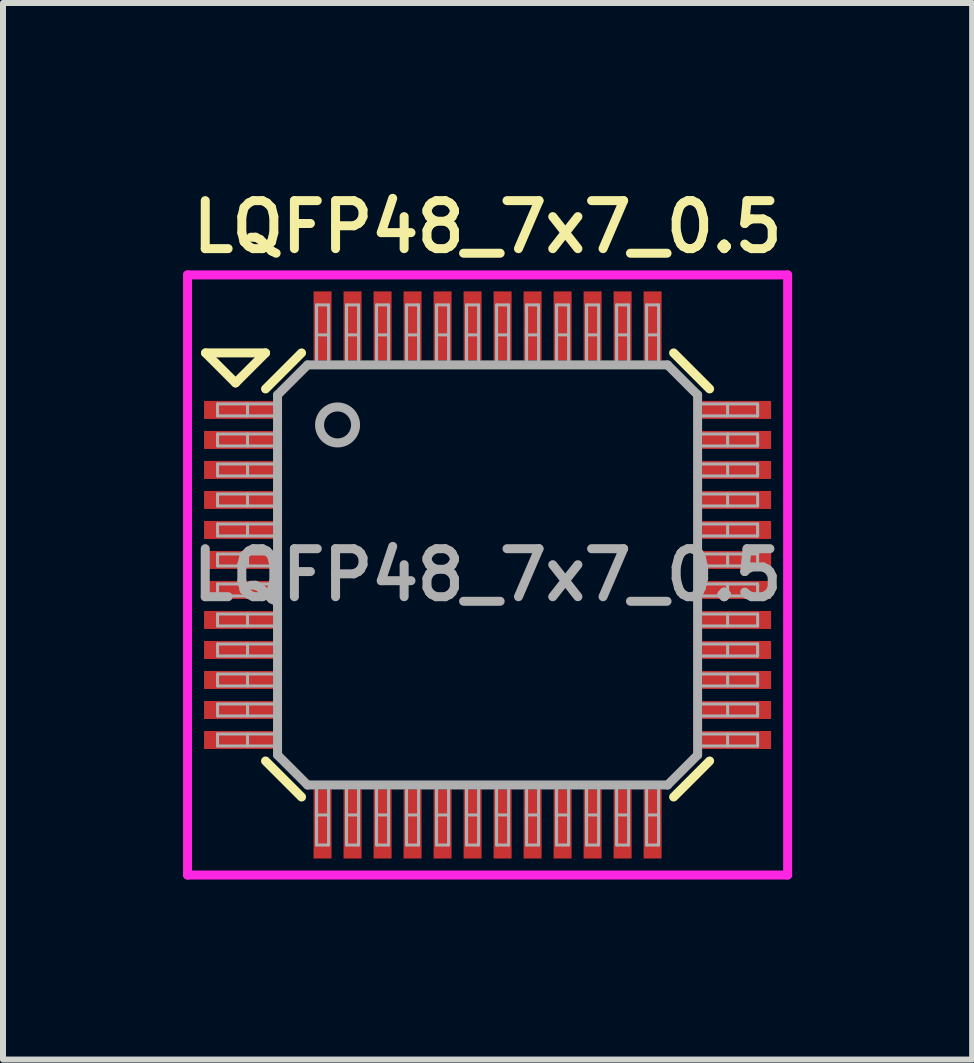
<source format=kicad_pcb>
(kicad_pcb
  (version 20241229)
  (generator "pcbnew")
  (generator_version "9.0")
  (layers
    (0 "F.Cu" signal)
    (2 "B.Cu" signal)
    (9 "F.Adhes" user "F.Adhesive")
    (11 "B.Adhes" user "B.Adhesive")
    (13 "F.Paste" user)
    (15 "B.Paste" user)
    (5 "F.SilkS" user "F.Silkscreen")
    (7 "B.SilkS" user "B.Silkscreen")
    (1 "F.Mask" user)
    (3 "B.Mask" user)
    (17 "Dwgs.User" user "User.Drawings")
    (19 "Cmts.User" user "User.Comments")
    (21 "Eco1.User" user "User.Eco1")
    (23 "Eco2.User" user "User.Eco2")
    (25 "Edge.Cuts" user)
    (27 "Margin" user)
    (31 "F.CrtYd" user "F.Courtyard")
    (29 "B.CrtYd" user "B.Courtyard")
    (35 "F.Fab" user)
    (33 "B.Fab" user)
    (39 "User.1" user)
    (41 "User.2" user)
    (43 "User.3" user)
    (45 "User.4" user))
  (footprint "LQFP48_7x7_0.5"
    (layer "F.Cu")
    (at 5.075 6.531)
    (property "Reference" "LQFP48_7x7_0.5" (at 0 -5.8 0) (layer "F.SilkS") (effects (font (size 0.8 0.8) (thickness 0.15))))
    (attr through_hole)
    (fp_line (start -4.7 -3.7) (end -4.2 -3.2) (stroke (width 0.15) (type solid)) (layer "F.SilkS"))
    (fp_line (start -4.2 -3.2) (end -3.7 -3.7) (stroke (width 0.15) (type solid)) (layer "F.SilkS"))
    (fp_line (start -3.7 -3.7) (end -4.7 -3.7) (stroke (width 0.15) (type solid)) (layer "F.SilkS"))
    (fp_line (start -3.7 -3.1) (end -3.1 -3.7) (stroke (width 0.15) (type solid)) (layer "F.SilkS"))
    (fp_line (start -3.1 3.7) (end -3.7 3.1) (stroke (width 0.15) (type solid)) (layer "F.SilkS"))
    (fp_line (start 3.1 -3.7) (end 3.7 -3.1) (stroke (width 0.15) (type solid)) (layer "F.SilkS"))
    (fp_line (start 3.7 3.1) (end 3.1 3.7) (stroke (width 0.15) (type solid)) (layer "F.SilkS"))
    (fp_line (start -5 -5) (end 5 -5) (stroke (width 0.15) (type solid)) (layer "F.CrtYd"))
    (fp_line (start -5 5) (end -5 -5) (stroke (width 0.15) (type solid)) (layer "F.CrtYd"))
    (fp_line (start 5 -5) (end 5 5) (stroke (width 0.15) (type solid)) (layer "F.CrtYd"))
    (fp_line (start 5 5) (end -5 5) (stroke (width 0.15) (type solid)) (layer "F.CrtYd"))
    (fp_line (start -4.5 -2.85) (end -4.5 -2.65) (stroke (width 0.05) (type solid)) (layer "F.Fab"))
    (fp_line (start -4.5 -2.65) (end -3.5 -2.65) (stroke (width 0.05) (type solid)) (layer "F.Fab"))
    (fp_line (start -4.5 -2.35) (end -4.5 -2.15) (stroke (width 0.05) (type solid)) (layer "F.Fab"))
    (fp_line (start -4.5 -2.15) (end -3.5 -2.15) (stroke (width 0.05) (type solid)) (layer "F.Fab"))
    (fp_line (start -4.5 -1.85) (end -4.5 -1.65) (stroke (width 0.05) (type solid)) (layer "F.Fab"))
    (fp_line (start -4.5 -1.65) (end -3.5 -1.65) (stroke (width 0.05) (type solid)) (layer "F.Fab"))
    (fp_line (start -4.5 -1.35) (end -4.5 -1.15) (stroke (width 0.05) (type solid)) (layer "F.Fab"))
    (fp_line (start -4.5 -1.15) (end -3.5 -1.15) (stroke (width 0.05) (type solid)) (layer "F.Fab"))
    (fp_line (start -4.5 -0.85) (end -4.5 -0.65) (stroke (width 0.05) (type solid)) (layer "F.Fab"))
    (fp_line (start -4.5 -0.65) (end -3.5 -0.65) (stroke (width 0.05) (type solid)) (layer "F.Fab"))
    (fp_line (start -4.5 -0.35) (end -4.5 -0.15) (stroke (width 0.05) (type solid)) (layer "F.Fab"))
    (fp_line (start -4.5 -0.15) (end -3.5 -0.15) (stroke (width 0.05) (type solid)) (layer "F.Fab"))
    (fp_line (start -4.5 0.15) (end -4.5 0.35) (stroke (width 0.05) (type solid)) (layer "F.Fab"))
    (fp_line (start -4.5 0.35) (end -3.5 0.35) (stroke (width 0.05) (type solid)) (layer "F.Fab"))
    (fp_line (start -4.5 0.65) (end -4.5 0.85) (stroke (width 0.05) (type solid)) (layer "F.Fab"))
    (fp_line (start -4.5 0.85) (end -3.5 0.85) (stroke (width 0.05) (type solid)) (layer "F.Fab"))
    (fp_line (start -4.5 1.15) (end -4.5 1.35) (stroke (width 0.05) (type solid)) (layer "F.Fab"))
    (fp_line (start -4.5 1.35) (end -3.5 1.35) (stroke (width 0.05) (type solid)) (layer "F.Fab"))
    (fp_line (start -4.5 1.65) (end -4.5 1.85) (stroke (width 0.05) (type solid)) (layer "F.Fab"))
    (fp_line (start -4.5 1.85) (end -3.5 1.85) (stroke (width 0.05) (type solid)) (layer "F.Fab"))
    (fp_line (start -4.5 2.15) (end -4.5 2.35) (stroke (width 0.05) (type solid)) (layer "F.Fab"))
    (fp_line (start -4.5 2.35) (end -3.5 2.35) (stroke (width 0.05) (type solid)) (layer "F.Fab"))
    (fp_line (start -4.5 2.65) (end -4.5 2.85) (stroke (width 0.05) (type solid)) (layer "F.Fab"))
    (fp_line (start -4.5 2.85) (end -3.5 2.85) (stroke (width 0.05) (type solid)) (layer "F.Fab"))
    (fp_line (start -4 -2.65) (end -4 -2.85) (stroke (width 0.05) (type solid)) (layer "F.Fab"))
    (fp_line (start -4 -2.15) (end -4 -2.35) (stroke (width 0.05) (type solid)) (layer "F.Fab"))
    (fp_line (start -4 -1.65) (end -4 -1.85) (stroke (width 0.05) (type solid)) (layer "F.Fab"))
    (fp_line (start -4 -1.15) (end -4 -1.35) (stroke (width 0.05) (type solid)) (layer "F.Fab"))
    (fp_line (start -4 -0.65) (end -4 -0.85) (stroke (width 0.05) (type solid)) (layer "F.Fab"))
    (fp_line (start -4 -0.15) (end -4 -0.35) (stroke (width 0.05) (type solid)) (layer "F.Fab"))
    (fp_line (start -4 0.35) (end -4 0.15) (stroke (width 0.05) (type solid)) (layer "F.Fab"))
    (fp_line (start -4 0.85) (end -4 0.65) (stroke (width 0.05) (type solid)) (layer "F.Fab"))
    (fp_line (start -4 1.35) (end -4 1.15) (stroke (width 0.05) (type solid)) (layer "F.Fab"))
    (fp_line (start -4 1.85) (end -4 1.65) (stroke (width 0.05) (type solid)) (layer "F.Fab"))
    (fp_line (start -4 2.35) (end -4 2.15) (stroke (width 0.05) (type solid)) (layer "F.Fab"))
    (fp_line (start -4 2.85) (end -4 2.65) (stroke (width 0.05) (type solid)) (layer "F.Fab"))
    (fp_line (start -3.5 -3) (end -3.5 3) (stroke (width 0.15) (type solid)) (layer "F.Fab"))
    (fp_line (start -3.5 -2.85) (end -4.5 -2.85) (stroke (width 0.05) (type solid)) (layer "F.Fab"))
    (fp_line (start -3.5 -2.35) (end -4.5 -2.35) (stroke (width 0.05) (type solid)) (layer "F.Fab"))
    (fp_line (start -3.5 -1.85) (end -4.5 -1.85) (stroke (width 0.05) (type solid)) (layer "F.Fab"))
    (fp_line (start -3.5 -1.35) (end -4.5 -1.35) (stroke (width 0.05) (type solid)) (layer "F.Fab"))
    (fp_line (start -3.5 -0.85) (end -4.5 -0.85) (stroke (width 0.05) (type solid)) (layer "F.Fab"))
    (fp_line (start -3.5 -0.35) (end -4.5 -0.35) (stroke (width 0.05) (type solid)) (layer "F.Fab"))
    (fp_line (start -3.5 0.15) (end -4.5 0.15) (stroke (width 0.05) (type solid)) (layer "F.Fab"))
    (fp_line (start -3.5 0.65) (end -4.5 0.65) (stroke (width 0.05) (type solid)) (layer "F.Fab"))
    (fp_line (start -3.5 1.15) (end -4.5 1.15) (stroke (width 0.05) (type solid)) (layer "F.Fab"))
    (fp_line (start -3.5 1.65) (end -4.5 1.65) (stroke (width 0.05) (type solid)) (layer "F.Fab"))
    (fp_line (start -3.5 2.15) (end -4.5 2.15) (stroke (width 0.05) (type solid)) (layer "F.Fab"))
    (fp_line (start -3.5 2.65) (end -4.5 2.65) (stroke (width 0.05) (type solid)) (layer "F.Fab"))
    (fp_line (start -3.5 3) (end -3 3.5) (stroke (width 0.15) (type solid)) (layer "F.Fab"))
    (fp_line (start -3 -3.5) (end -3.5 -3) (stroke (width 0.15) (type solid)) (layer "F.Fab"))
    (fp_line (start -3 3.5) (end 3 3.5) (stroke (width 0.15) (type solid)) (layer "F.Fab"))
    (fp_line (start -2.85 -4.5) (end -2.65 -4.5) (stroke (width 0.05) (type solid)) (layer "F.Fab"))
    (fp_line (start -2.85 -3.5) (end -2.85 -4.5) (stroke (width 0.05) (type solid)) (layer "F.Fab"))
    (fp_line (start -2.85 3.5) (end -2.85 4.5) (stroke (width 0.05) (type solid)) (layer "F.Fab"))
    (fp_line (start -2.85 4.5) (end -2.65 4.5) (stroke (width 0.05) (type solid)) (layer "F.Fab"))
    (fp_line (start -2.65 -4.5) (end -2.65 -3.5) (stroke (width 0.05) (type solid)) (layer "F.Fab"))
    (fp_line (start -2.65 -4) (end -2.85 -4) (stroke (width 0.05) (type solid)) (layer "F.Fab"))
    (fp_line (start -2.65 4) (end -2.85 4) (stroke (width 0.05) (type solid)) (layer "F.Fab"))
    (fp_line (start -2.65 4.5) (end -2.65 3.5) (stroke (width 0.05) (type solid)) (layer "F.Fab"))
    (fp_line (start -2.35 -4.5) (end -2.15 -4.5) (stroke (width 0.05) (type solid)) (layer "F.Fab"))
    (fp_line (start -2.35 -3.5) (end -2.35 -4.5) (stroke (width 0.05) (type solid)) (layer "F.Fab"))
    (fp_line (start -2.35 3.5) (end -2.35 4.5) (stroke (width 0.05) (type solid)) (layer "F.Fab"))
    (fp_line (start -2.35 4.5) (end -2.15 4.5) (stroke (width 0.05) (type solid)) (layer "F.Fab"))
    (fp_line (start -2.15 -4.5) (end -2.15 -3.5) (stroke (width 0.05) (type solid)) (layer "F.Fab"))
    (fp_line (start -2.15 -4) (end -2.35 -4) (stroke (width 0.05) (type solid)) (layer "F.Fab"))
    (fp_line (start -2.15 4) (end -2.35 4) (stroke (width 0.05) (type solid)) (layer "F.Fab"))
    (fp_line (start -2.15 4.5) (end -2.15 3.5) (stroke (width 0.05) (type solid)) (layer "F.Fab"))
    (fp_line (start -1.85 -4.5) (end -1.65 -4.5) (stroke (width 0.05) (type solid)) (layer "F.Fab"))
    (fp_line (start -1.85 -3.5) (end -1.85 -4.5) (stroke (width 0.05) (type solid)) (layer "F.Fab"))
    (fp_line (start -1.85 3.5) (end -1.85 4.5) (stroke (width 0.05) (type solid)) (layer "F.Fab"))
    (fp_line (start -1.85 4.5) (end -1.65 4.5) (stroke (width 0.05) (type solid)) (layer "F.Fab"))
    (fp_line (start -1.65 -4.5) (end -1.65 -3.5) (stroke (width 0.05) (type solid)) (layer "F.Fab"))
    (fp_line (start -1.65 -4) (end -1.85 -4) (stroke (width 0.05) (type solid)) (layer "F.Fab"))
    (fp_line (start -1.65 4) (end -1.85 4) (stroke (width 0.05) (type solid)) (layer "F.Fab"))
    (fp_line (start -1.65 4.5) (end -1.65 3.5) (stroke (width 0.05) (type solid)) (layer "F.Fab"))
    (fp_line (start -1.35 -4.5) (end -1.15 -4.5) (stroke (width 0.05) (type solid)) (layer "F.Fab"))
    (fp_line (start -1.35 -3.5) (end -1.35 -4.5) (stroke (width 0.05) (type solid)) (layer "F.Fab"))
    (fp_line (start -1.35 3.5) (end -1.35 4.5) (stroke (width 0.05) (type solid)) (layer "F.Fab"))
    (fp_line (start -1.35 4.5) (end -1.15 4.5) (stroke (width 0.05) (type solid)) (layer "F.Fab"))
    (fp_line (start -1.15 -4.5) (end -1.15 -3.5) (stroke (width 0.05) (type solid)) (layer "F.Fab"))
    (fp_line (start -1.15 -4) (end -1.35 -4) (stroke (width 0.05) (type solid)) (layer "F.Fab"))
    (fp_line (start -1.15 4) (end -1.35 4) (stroke (width 0.05) (type solid)) (layer "F.Fab"))
    (fp_line (start -1.15 4.5) (end -1.15 3.5) (stroke (width 0.05) (type solid)) (layer "F.Fab"))
    (fp_line (start -0.85 -4.5) (end -0.65 -4.5) (stroke (width 0.05) (type solid)) (layer "F.Fab"))
    (fp_line (start -0.85 -3.5) (end -0.85 -4.5) (stroke (width 0.05) (type solid)) (layer "F.Fab"))
    (fp_line (start -0.85 3.5) (end -0.85 4.5) (stroke (width 0.05) (type solid)) (layer "F.Fab"))
    (fp_line (start -0.85 4.5) (end -0.65 4.5) (stroke (width 0.05) (type solid)) (layer "F.Fab"))
    (fp_line (start -0.65 -4.5) (end -0.65 -3.5) (stroke (width 0.05) (type solid)) (layer "F.Fab"))
    (fp_line (start -0.65 -4) (end -0.85 -4) (stroke (width 0.05) (type solid)) (layer "F.Fab"))
    (fp_line (start -0.65 4) (end -0.85 4) (stroke (width 0.05) (type solid)) (layer "F.Fab"))
    (fp_line (start -0.65 4.5) (end -0.65 3.5) (stroke (width 0.05) (type solid)) (layer "F.Fab"))
    (fp_line (start -0.35 -4.5) (end -0.15 -4.5) (stroke (width 0.05) (type solid)) (layer "F.Fab"))
    (fp_line (start -0.35 -3.5) (end -0.35 -4.5) (stroke (width 0.05) (type solid)) (layer "F.Fab"))
    (fp_line (start -0.35 3.5) (end -0.35 4.5) (stroke (width 0.05) (type solid)) (layer "F.Fab"))
    (fp_line (start -0.35 4.5) (end -0.15 4.5) (stroke (width 0.05) (type solid)) (layer "F.Fab"))
    (fp_line (start -0.15 -4.5) (end -0.15 -3.5) (stroke (width 0.05) (type solid)) (layer "F.Fab"))
    (fp_line (start -0.15 -4) (end -0.35 -4) (stroke (width 0.05) (type solid)) (layer "F.Fab"))
    (fp_line (start -0.15 4) (end -0.35 4) (stroke (width 0.05) (type solid)) (layer "F.Fab"))
    (fp_line (start -0.15 4.5) (end -0.15 3.5) (stroke (width 0.05) (type solid)) (layer "F.Fab"))
    (fp_line (start 0.15 -4.5) (end 0.35 -4.5) (stroke (width 0.05) (type solid)) (layer "F.Fab"))
    (fp_line (start 0.15 -3.5) (end 0.15 -4.5) (stroke (width 0.05) (type solid)) (layer "F.Fab"))
    (fp_line (start 0.15 3.5) (end 0.15 4.5) (stroke (width 0.05) (type solid)) (layer "F.Fab"))
    (fp_line (start 0.15 4.5) (end 0.35 4.5) (stroke (width 0.05) (type solid)) (layer "F.Fab"))
    (fp_line (start 0.35 -4.5) (end 0.35 -3.5) (stroke (width 0.05) (type solid)) (layer "F.Fab"))
    (fp_line (start 0.35 -4) (end 0.15 -4) (stroke (width 0.05) (type solid)) (layer "F.Fab"))
    (fp_line (start 0.35 4) (end 0.15 4) (stroke (width 0.05) (type solid)) (layer "F.Fab"))
    (fp_line (start 0.35 4.5) (end 0.35 3.5) (stroke (width 0.05) (type solid)) (layer "F.Fab"))
    (fp_line (start 0.65 -4.5) (end 0.85 -4.5) (stroke (width 0.05) (type solid)) (layer "F.Fab"))
    (fp_line (start 0.65 -3.5) (end 0.65 -4.5) (stroke (width 0.05) (type solid)) (layer "F.Fab"))
    (fp_line (start 0.65 3.5) (end 0.65 4.5) (stroke (width 0.05) (type solid)) (layer "F.Fab"))
    (fp_line (start 0.65 4.5) (end 0.85 4.5) (stroke (width 0.05) (type solid)) (layer "F.Fab"))
    (fp_line (start 0.85 -4.5) (end 0.85 -3.5) (stroke (width 0.05) (type solid)) (layer "F.Fab"))
    (fp_line (start 0.85 -4) (end 0.65 -4) (stroke (width 0.05) (type solid)) (layer "F.Fab"))
    (fp_line (start 0.85 4) (end 0.65 4) (stroke (width 0.05) (type solid)) (layer "F.Fab"))
    (fp_line (start 0.85 4.5) (end 0.85 3.5) (stroke (width 0.05) (type solid)) (layer "F.Fab"))
    (fp_line (start 1.15 -4.5) (end 1.35 -4.5) (stroke (width 0.05) (type solid)) (layer "F.Fab"))
    (fp_line (start 1.15 -3.5) (end 1.15 -4.5) (stroke (width 0.05) (type solid)) (layer "F.Fab"))
    (fp_line (start 1.15 3.5) (end 1.15 4.5) (stroke (width 0.05) (type solid)) (layer "F.Fab"))
    (fp_line (start 1.15 4.5) (end 1.35 4.5) (stroke (width 0.05) (type solid)) (layer "F.Fab"))
    (fp_line (start 1.35 -4.5) (end 1.35 -3.5) (stroke (width 0.05) (type solid)) (layer "F.Fab"))
    (fp_line (start 1.35 -4) (end 1.15 -4) (stroke (width 0.05) (type solid)) (layer "F.Fab"))
    (fp_line (start 1.35 4) (end 1.15 4) (stroke (width 0.05) (type solid)) (layer "F.Fab"))
    (fp_line (start 1.35 4.5) (end 1.35 3.5) (stroke (width 0.05) (type solid)) (layer "F.Fab"))
    (fp_line (start 1.65 -4.5) (end 1.85 -4.5) (stroke (width 0.05) (type solid)) (layer "F.Fab"))
    (fp_line (start 1.65 -3.5) (end 1.65 -4.5) (stroke (width 0.05) (type solid)) (layer "F.Fab"))
    (fp_line (start 1.65 3.5) (end 1.65 4.5) (stroke (width 0.05) (type solid)) (layer "F.Fab"))
    (fp_line (start 1.65 4.5) (end 1.85 4.5) (stroke (width 0.05) (type solid)) (layer "F.Fab"))
    (fp_line (start 1.85 -4.5) (end 1.85 -3.5) (stroke (width 0.05) (type solid)) (layer "F.Fab"))
    (fp_line (start 1.85 -4) (end 1.65 -4) (stroke (width 0.05) (type solid)) (layer "F.Fab"))
    (fp_line (start 1.85 4) (end 1.65 4) (stroke (width 0.05) (type solid)) (layer "F.Fab"))
    (fp_line (start 1.85 4.5) (end 1.85 3.5) (stroke (width 0.05) (type solid)) (layer "F.Fab"))
    (fp_line (start 2.15 -4.5) (end 2.35 -4.5) (stroke (width 0.05) (type solid)) (layer "F.Fab"))
    (fp_line (start 2.15 -3.5) (end 2.15 -4.5) (stroke (width 0.05) (type solid)) (layer "F.Fab"))
    (fp_line (start 2.15 3.5) (end 2.15 4.5) (stroke (width 0.05) (type solid)) (layer "F.Fab"))
    (fp_line (start 2.15 4.5) (end 2.35 4.5) (stroke (width 0.05) (type solid)) (layer "F.Fab"))
    (fp_line (start 2.35 -4.5) (end 2.35 -3.5) (stroke (width 0.05) (type solid)) (layer "F.Fab"))
    (fp_line (start 2.35 -4) (end 2.15 -4) (stroke (width 0.05) (type solid)) (layer "F.Fab"))
    (fp_line (start 2.35 4) (end 2.15 4) (stroke (width 0.05) (type solid)) (layer "F.Fab"))
    (fp_line (start 2.35 4.5) (end 2.35 3.5) (stroke (width 0.05) (type solid)) (layer "F.Fab"))
    (fp_line (start 2.65 -4.5) (end 2.85 -4.5) (stroke (width 0.05) (type solid)) (layer "F.Fab"))
    (fp_line (start 2.65 -3.5) (end 2.65 -4.5) (stroke (width 0.05) (type solid)) (layer "F.Fab"))
    (fp_line (start 2.65 3.5) (end 2.65 4.5) (stroke (width 0.05) (type solid)) (layer "F.Fab"))
    (fp_line (start 2.65 4.5) (end 2.85 4.5) (stroke (width 0.05) (type solid)) (layer "F.Fab"))
    (fp_line (start 2.85 -4.5) (end 2.85 -3.5) (stroke (width 0.05) (type solid)) (layer "F.Fab"))
    (fp_line (start 2.85 -4) (end 2.65 -4) (stroke (width 0.05) (type solid)) (layer "F.Fab"))
    (fp_line (start 2.85 4) (end 2.65 4) (stroke (width 0.05) (type solid)) (layer "F.Fab"))
    (fp_line (start 2.85 4.5) (end 2.85 3.5) (stroke (width 0.05) (type solid)) (layer "F.Fab"))
    (fp_line (start 3 -3.5) (end -3 -3.5) (stroke (width 0.15) (type solid)) (layer "F.Fab"))
    (fp_line (start 3 3.5) (end 3.5 3) (stroke (width 0.15) (type solid)) (layer "F.Fab"))
    (fp_line (start 3.5 -3) (end 3 -3.5) (stroke (width 0.15) (type solid)) (layer "F.Fab"))
    (fp_line (start 3.5 -2.85) (end 4.5 -2.85) (stroke (width 0.05) (type solid)) (layer "F.Fab"))
    (fp_line (start 3.5 -2.35) (end 4.5 -2.35) (stroke (width 0.05) (type solid)) (layer "F.Fab"))
    (fp_line (start 3.5 -1.85) (end 4.5 -1.85) (stroke (width 0.05) (type solid)) (layer "F.Fab"))
    (fp_line (start 3.5 -1.35) (end 4.5 -1.35) (stroke (width 0.05) (type solid)) (layer "F.Fab"))
    (fp_line (start 3.5 -0.85) (end 4.5 -0.85) (stroke (width 0.05) (type solid)) (layer "F.Fab"))
    (fp_line (start 3.5 -0.35) (end 4.5 -0.35) (stroke (width 0.05) (type solid)) (layer "F.Fab"))
    (fp_line (start 3.5 0.15) (end 4.5 0.15) (stroke (width 0.05) (type solid)) (layer "F.Fab"))
    (fp_line (start 3.5 0.65) (end 4.5 0.65) (stroke (width 0.05) (type solid)) (layer "F.Fab"))
    (fp_line (start 3.5 1.15) (end 4.5 1.15) (stroke (width 0.05) (type solid)) (layer "F.Fab"))
    (fp_line (start 3.5 1.65) (end 4.5 1.65) (stroke (width 0.05) (type solid)) (layer "F.Fab"))
    (fp_line (start 3.5 2.15) (end 4.5 2.15) (stroke (width 0.05) (type solid)) (layer "F.Fab"))
    (fp_line (start 3.5 2.65) (end 4.5 2.65) (stroke (width 0.05) (type solid)) (layer "F.Fab"))
    (fp_line (start 3.5 3) (end 3.5 -3) (stroke (width 0.15) (type solid)) (layer "F.Fab"))
    (fp_line (start 4 -2.65) (end 4 -2.85) (stroke (width 0.05) (type solid)) (layer "F.Fab"))
    (fp_line (start 4 -2.15) (end 4 -2.35) (stroke (width 0.05) (type solid)) (layer "F.Fab"))
    (fp_line (start 4 -1.65) (end 4 -1.85) (stroke (width 0.05) (type solid)) (layer "F.Fab"))
    (fp_line (start 4 -1.15) (end 4 -1.35) (stroke (width 0.05) (type solid)) (layer "F.Fab"))
    (fp_line (start 4 -0.65) (end 4 -0.85) (stroke (width 0.05) (type solid)) (layer "F.Fab"))
    (fp_line (start 4 -0.15) (end 4 -0.35) (stroke (width 0.05) (type solid)) (layer "F.Fab"))
    (fp_line (start 4 0.35) (end 4 0.15) (stroke (width 0.05) (type solid)) (layer "F.Fab"))
    (fp_line (start 4 0.85) (end 4 0.65) (stroke (width 0.05) (type solid)) (layer "F.Fab"))
    (fp_line (start 4 1.35) (end 4 1.15) (stroke (width 0.05) (type solid)) (layer "F.Fab"))
    (fp_line (start 4 1.85) (end 4 1.65) (stroke (width 0.05) (type solid)) (layer "F.Fab"))
    (fp_line (start 4 2.35) (end 4 2.15) (stroke (width 0.05) (type solid)) (layer "F.Fab"))
    (fp_line (start 4 2.85) (end 4 2.65) (stroke (width 0.05) (type solid)) (layer "F.Fab"))
    (fp_line (start 4.5 -2.85) (end 4.5 -2.65) (stroke (width 0.05) (type solid)) (layer "F.Fab"))
    (fp_line (start 4.5 -2.65) (end 3.5 -2.65) (stroke (width 0.05) (type solid)) (layer "F.Fab"))
    (fp_line (start 4.5 -2.35) (end 4.5 -2.15) (stroke (width 0.05) (type solid)) (layer "F.Fab"))
    (fp_line (start 4.5 -2.15) (end 3.5 -2.15) (stroke (width 0.05) (type solid)) (layer "F.Fab"))
    (fp_line (start 4.5 -1.85) (end 4.5 -1.65) (stroke (width 0.05) (type solid)) (layer "F.Fab"))
    (fp_line (start 4.5 -1.65) (end 3.5 -1.65) (stroke (width 0.05) (type solid)) (layer "F.Fab"))
    (fp_line (start 4.5 -1.35) (end 4.5 -1.15) (stroke (width 0.05) (type solid)) (layer "F.Fab"))
    (fp_line (start 4.5 -1.15) (end 3.5 -1.15) (stroke (width 0.05) (type solid)) (layer "F.Fab"))
    (fp_line (start 4.5 -0.85) (end 4.5 -0.65) (stroke (width 0.05) (type solid)) (layer "F.Fab"))
    (fp_line (start 4.5 -0.65) (end 3.5 -0.65) (stroke (width 0.05) (type solid)) (layer "F.Fab"))
    (fp_line (start 4.5 -0.35) (end 4.5 -0.15) (stroke (width 0.05) (type solid)) (layer "F.Fab"))
    (fp_line (start 4.5 -0.15) (end 3.5 -0.15) (stroke (width 0.05) (type solid)) (layer "F.Fab"))
    (fp_line (start 4.5 0.15) (end 4.5 0.35) (stroke (width 0.05) (type solid)) (layer "F.Fab"))
    (fp_line (start 4.5 0.35) (end 3.5 0.35) (stroke (width 0.05) (type solid)) (layer "F.Fab"))
    (fp_line (start 4.5 0.65) (end 4.5 0.85) (stroke (width 0.05) (type solid)) (layer "F.Fab"))
    (fp_line (start 4.5 0.85) (end 3.5 0.85) (stroke (width 0.05) (type solid)) (layer "F.Fab"))
    (fp_line (start 4.5 1.15) (end 4.5 1.35) (stroke (width 0.05) (type solid)) (layer "F.Fab"))
    (fp_line (start 4.5 1.35) (end 3.5 1.35) (stroke (width 0.05) (type solid)) (layer "F.Fab"))
    (fp_line (start 4.5 1.65) (end 4.5 1.85) (stroke (width 0.05) (type solid)) (layer "F.Fab"))
    (fp_line (start 4.5 1.85) (end 3.5 1.85) (stroke (width 0.05) (type solid)) (layer "F.Fab"))
    (fp_line (start 4.5 2.15) (end 4.5 2.35) (stroke (width 0.05) (type solid)) (layer "F.Fab"))
    (fp_line (start 4.5 2.35) (end 3.5 2.35) (stroke (width 0.05) (type solid)) (layer "F.Fab"))
    (fp_line (start 4.5 2.65) (end 4.5 2.85) (stroke (width 0.05) (type solid)) (layer "F.Fab"))
    (fp_line (start 4.5 2.85) (end 3.5 2.85) (stroke (width 0.05) (type solid)) (layer "F.Fab"))
    (fp_circle (center -2.5 -2.5) (end -2.2 -2.5) (stroke (width 0.15) (type solid)) (fill no) (layer "F.Fab"))
    (fp_text user "${REFERENCE}" (at 0 0 0) (layer "F.Fab") (effects (font (size 0.8 0.8) (thickness 0.15))))
    (pad "1" smd rect (at -4.15 -2.75 90) (size 0.3 1.15) (layers "F.Cu" "F.Mask" "F.Paste"))
    (pad "2" smd rect (at -4.15 -2.25 90) (size 0.3 1.15) (layers "F.Cu" "F.Mask" "F.Paste"))
    (pad "3" smd rect (at -4.15 -1.75 90) (size 0.3 1.15) (layers "F.Cu" "F.Mask" "F.Paste"))
    (pad "4" smd rect (at -4.15 -1.25 90) (size 0.3 1.15) (layers "F.Cu" "F.Mask" "F.Paste"))
    (pad "5" smd rect (at -4.15 -0.75 90) (size 0.3 1.15) (layers "F.Cu" "F.Mask" "F.Paste"))
    (pad "6" smd rect (at -4.15 -0.25 90) (size 0.3 1.15) (layers "F.Cu" "F.Mask" "F.Paste"))
    (pad "7" smd rect (at -4.15 0.25 90) (size 0.3 1.15) (layers "F.Cu" "F.Mask" "F.Paste"))
    (pad "8" smd rect (at -4.15 0.75 90) (size 0.3 1.15) (layers "F.Cu" "F.Mask" "F.Paste"))
    (pad "9" smd rect (at -4.15 1.25 90) (size 0.3 1.15) (layers "F.Cu" "F.Mask" "F.Paste"))
    (pad "10" smd rect (at -4.15 1.75 90) (size 0.3 1.15) (layers "F.Cu" "F.Mask" "F.Paste"))
    (pad "11" smd rect (at -4.15 2.25 90) (size 0.3 1.15) (layers "F.Cu" "F.Mask" "F.Paste"))
    (pad "12" smd rect (at -4.15 2.75 90) (size 0.3 1.15) (layers "F.Cu" "F.Mask" "F.Paste"))
    (pad "13" smd rect (at -2.75 4.15 180) (size 0.3 1.15) (layers "F.Cu" "F.Mask" "F.Paste"))
    (pad "14" smd rect (at -2.25 4.15) (size 0.3 1.15) (layers "F.Cu" "F.Mask" "F.Paste"))
    (pad "15" smd rect (at -1.75 4.15) (size 0.3 1.15) (layers "F.Cu" "F.Mask" "F.Paste"))
    (pad "16" smd rect (at -1.25 4.15) (size 0.3 1.15) (layers "F.Cu" "F.Mask" "F.Paste"))
    (pad "17" smd rect (at -0.75 4.15) (size 0.3 1.15) (layers "F.Cu" "F.Mask" "F.Paste"))
    (pad "18" smd rect (at -0.25 4.15) (size 0.3 1.15) (layers "F.Cu" "F.Mask" "F.Paste"))
    (pad "19" smd rect (at 0.25 4.15) (size 0.3 1.15) (layers "F.Cu" "F.Mask" "F.Paste"))
    (pad "20" smd rect (at 0.75 4.15) (size 0.3 1.15) (layers "F.Cu" "F.Mask" "F.Paste"))
    (pad "21" smd rect (at 1.25 4.15) (size 0.3 1.15) (layers "F.Cu" "F.Mask" "F.Paste"))
    (pad "22" smd rect (at 1.75 4.15) (size 0.3 1.15) (layers "F.Cu" "F.Mask" "F.Paste"))
    (pad "23" smd rect (at 2.25 4.15) (size 0.3 1.15) (layers "F.Cu" "F.Mask" "F.Paste"))
    (pad "24" smd rect (at 2.75 4.15) (size 0.3 1.15) (layers "F.Cu" "F.Mask" "F.Paste"))
    (pad "25" smd rect (at 4.15 2.75 90) (size 0.3 1.15) (layers "F.Cu" "F.Mask" "F.Paste"))
    (pad "26" smd rect (at 4.15 2.25 90) (size 0.3 1.15) (layers "F.Cu" "F.Mask" "F.Paste"))
    (pad "27" smd rect (at 4.15 1.75 90) (size 0.3 1.15) (layers "F.Cu" "F.Mask" "F.Paste"))
    (pad "28" smd rect (at 4.15 1.25 90) (size 0.3 1.15) (layers "F.Cu" "F.Mask" "F.Paste"))
    (pad "29" smd rect (at 4.15 0.75 90) (size 0.3 1.15) (layers "F.Cu" "F.Mask" "F.Paste"))
    (pad "30" smd rect (at 4.15 0.25 90) (size 0.3 1.15) (layers "F.Cu" "F.Mask" "F.Paste"))
    (pad "31" smd rect (at 4.15 -0.25 270) (size 0.3 1.15) (layers "F.Cu" "F.Mask" "F.Paste"))
    (pad "32" smd rect (at 4.15 -0.75 90) (size 0.3 1.15) (layers "F.Cu" "F.Mask" "F.Paste"))
    (pad "33" smd rect (at 4.15 -1.25 90) (size 0.3 1.15) (layers "F.Cu" "F.Mask" "F.Paste"))
    (pad "34" smd rect (at 4.15 -1.75 90) (size 0.3 1.15) (layers "F.Cu" "F.Mask" "F.Paste"))
    (pad "35" smd rect (at 4.15 -2.25 90) (size 0.3 1.15) (layers "F.Cu" "F.Mask" "F.Paste"))
    (pad "36" smd rect (at 4.15 -2.75 90) (size 0.3 1.15) (layers "F.Cu" "F.Mask" "F.Paste"))
    (pad "37" smd rect (at 2.75 -4.15) (size 0.3 1.15) (layers "F.Cu" "F.Mask" "F.Paste"))
    (pad "38" smd rect (at 2.25 -4.15) (size 0.3 1.15) (layers "F.Cu" "F.Mask" "F.Paste"))
    (pad "39" smd rect (at 1.75 -4.15) (size 0.3 1.15) (layers "F.Cu" "F.Mask" "F.Paste"))
    (pad "40" smd rect (at 1.25 -4.15) (size 0.3 1.15) (layers "F.Cu" "F.Mask" "F.Paste"))
    (pad "41" smd rect (at 0.75 -4.15) (size 0.3 1.15) (layers "F.Cu" "F.Mask" "F.Paste"))
    (pad "42" smd rect (at 0.25 -4.15) (size 0.3 1.15) (layers "F.Cu" "F.Mask" "F.Paste"))
    (pad "43" smd rect (at -0.25 -4.15) (size 0.3 1.15) (layers "F.Cu" "F.Mask" "F.Paste"))
    (pad "44" smd rect (at -0.75 -4.15) (size 0.3 1.15) (layers "F.Cu" "F.Mask" "F.Paste"))
    (pad "45" smd rect (at -1.25 -4.15) (size 0.3 1.15) (layers "F.Cu" "F.Mask" "F.Paste"))
    (pad "46" smd rect (at -1.75 -4.15) (size 0.3 1.15) (layers "F.Cu" "F.Mask" "F.Paste"))
    (pad "47" smd rect (at -2.25 -4.15) (size 0.3 1.15) (layers "F.Cu" "F.Mask" "F.Paste"))
    (pad "48" smd rect (at -2.75 -4.15) (size 0.3 1.15) (layers "F.Cu" "F.Mask" "F.Paste")))
  (gr_rect
    (start -3 -3)
    (end 13.15 14.606)
    (stroke (width 0.1) (type default))
    (fill no)
    (layer "Edge.Cuts")))
</source>
